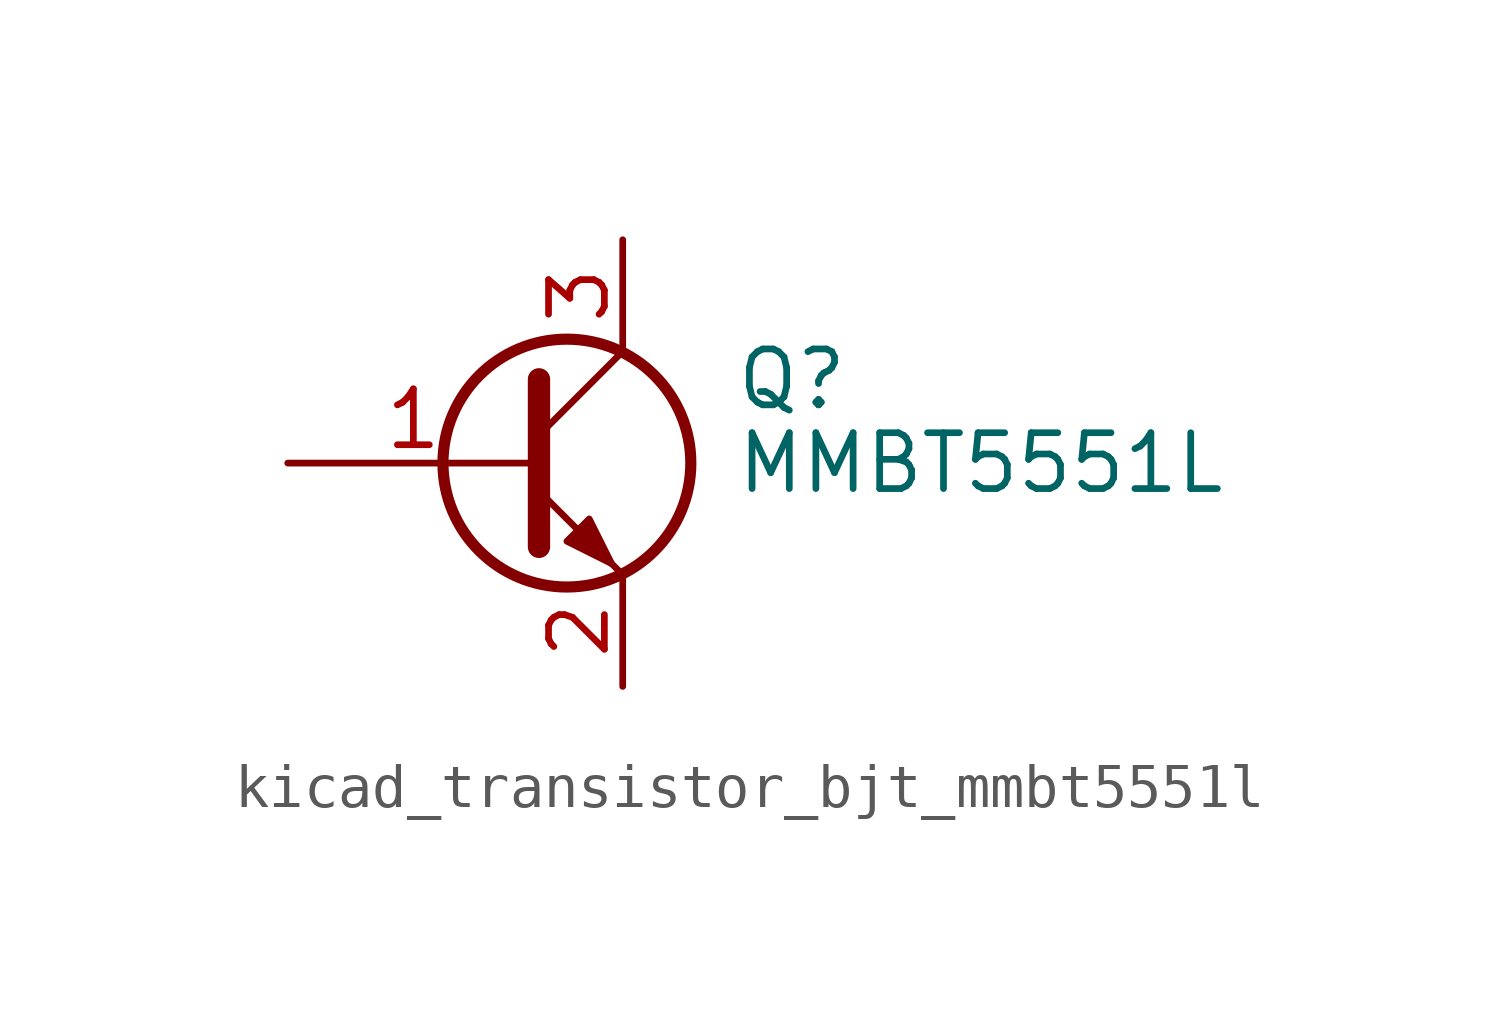
<source format=kicad_sym>
(kicad_symbol_lib
  (version 20220914)
  (generator kicad_symbol_editor)
  (symbol "kicad_transistor_bjt_mmbt5551l"
    (pin_names
      (offset 0) hide)
    (property "Reference" "Q"
      (at 5.08 1.905 0)
      (effects (font (size 1.27 1.27)) (justify left)))
    (property "Value" "MMBT5551L"
      (at 5.08 0 0)
      (effects (font (size 1.27 1.27)) (justify left)))
    (symbol "kicad_transistor_bjt_mmbt5551l_0_1"
      (polyline (pts (xy 0.635 0.635) (xy 2.54 2.54)) (stroke (width 0) (type default)) (fill (type none)))
      (polyline (pts (xy 0.635 -0.635) (xy 2.54 -2.54) (xy 2.54 -2.54)) (stroke (width 0) (type default)) (fill (type none)))
      (polyline (pts (xy 0.635 1.905) (xy 0.635 -1.905) (xy 0.635 -1.905)) (stroke (width 0.508) (type default)) (fill (type none)))
      (polyline (pts (xy 1.27 -1.778) (xy 1.778 -1.27) (xy 2.286 -2.286) (xy 1.27 -1.778) (xy 1.27 -1.778)) (stroke (width 0) (type default)) (fill (type outline)))
      (circle (center 1.27 0) (radius 2.819) (stroke (width 0.254) (type default)) (fill (type none))))
    (symbol "kicad_transistor_bjt_mmbt5551l_1_1"
      (pin input line (at -5.08 0 0) (length 5.715) (name "B" (effects (font (size 1.27 1.27)))) (number "1" (effects (font (size 1.27 1.27)))))
      (pin passive line (at 2.54 -5.08 90) (length 2.54) (name "E" (effects (font (size 1.27 1.27)))) (number "2" (effects (font (size 1.27 1.27)))))
      (pin passive line (at 2.54 5.08 270) (length 2.54) (name "C" (effects (font (size 1.27 1.27)))) (number "3" (effects (font (size 1.27 1.27))))))))
</source>
